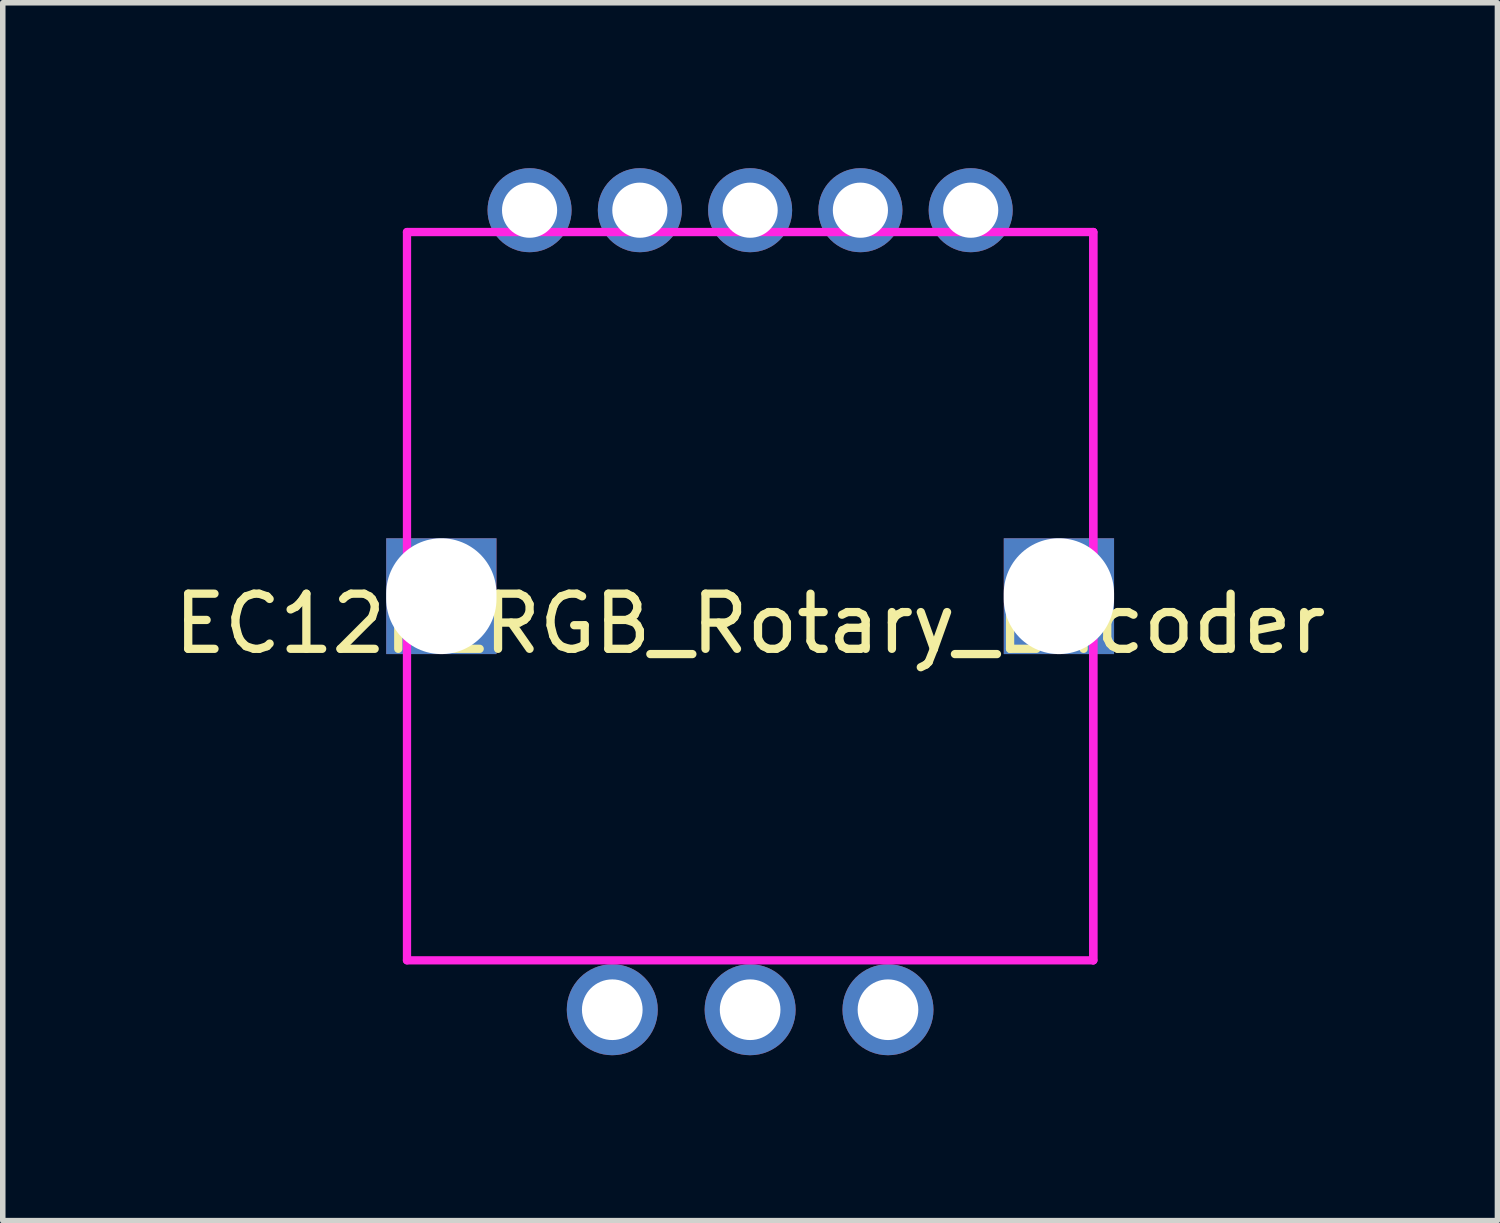
<source format=kicad_pcb>
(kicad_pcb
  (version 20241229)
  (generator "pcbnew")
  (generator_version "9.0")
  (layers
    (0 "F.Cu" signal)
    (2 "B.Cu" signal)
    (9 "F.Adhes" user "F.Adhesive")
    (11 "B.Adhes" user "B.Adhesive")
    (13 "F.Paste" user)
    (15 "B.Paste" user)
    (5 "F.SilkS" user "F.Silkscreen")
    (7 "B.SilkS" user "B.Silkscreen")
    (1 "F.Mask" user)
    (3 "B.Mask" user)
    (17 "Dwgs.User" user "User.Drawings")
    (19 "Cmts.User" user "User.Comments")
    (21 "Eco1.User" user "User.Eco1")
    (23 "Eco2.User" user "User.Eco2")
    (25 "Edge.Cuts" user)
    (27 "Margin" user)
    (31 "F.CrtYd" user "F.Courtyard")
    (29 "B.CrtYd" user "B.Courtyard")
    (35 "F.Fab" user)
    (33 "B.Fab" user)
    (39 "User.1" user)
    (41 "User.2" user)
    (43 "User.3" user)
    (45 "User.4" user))
  (footprint "EC12PLRGB_Rotary_Encoder"
    (layer "F.Cu")
    (at 10.554 7.762)
    (property "Reference" "EC12PLRGB_Rotary_Encoder" (at 0 0.5 0) (layer "F.SilkS") (effects (font (size 1 1) (thickness 0.15))))
    (attr through_hole)
    (fp_line (start -6.223 -6.604) (end -6.223 6.604) (stroke (width 0.15) (type solid)) (layer "F.CrtYd"))
    (fp_line (start -6.223 6.604) (end 6.223 6.604) (stroke (width 0.15) (type solid)) (layer "F.CrtYd"))
    (fp_line (start 6.223 -6.604) (end -6.223 -6.604) (stroke (width 0.15) (type solid)) (layer "F.CrtYd"))
    (fp_line (start 6.223 -6.604) (end 6.223 6.604) (stroke (width 0.15) (type solid)) (layer "F.CrtYd"))
    (fp_line (start 6.223 6.604) (end 6.223 -6.604) (stroke (width 0.15) (type solid)) (layer "F.CrtYd"))
    (pad "" np_thru_hole rect (at -5.6 0) (size 2 2.1) (drill oval 2 2.1) (layers "*.Cu" "*.Mask"))
    (pad "" np_thru_hole rect (at 5.6 0) (size 2 2.1) (drill oval 2 2.1) (layers "*.Cu" "*.Mask"))
    (pad "1" thru_hole circle (at -4 -7) (size 1.524 1.524) (drill 1) (layers "*.Cu" "*.Mask"))
    (pad "2" thru_hole circle (at -2 -7) (size 1.524 1.524) (drill 1) (layers "*.Cu" "*.Mask"))
    (pad "3" thru_hole circle (at 0 -7) (size 1.524 1.524) (drill 1) (layers "*.Cu" "*.Mask"))
    (pad "4" thru_hole circle (at 2 -7) (size 1.524 1.524) (drill 1) (layers "*.Cu" "*.Mask"))
    (pad "5" thru_hole circle (at 4 -7) (size 1.524 1.524) (drill 1) (layers "*.Cu" "*.Mask"))
    (pad "A" thru_hole circle (at -2.5 7.5) (size 1.65 1.65) (drill 1.1) (layers "*.Cu" "*.Mask"))
    (pad "B" thru_hole circle (at 2.5 7.5) (size 1.65 1.65) (drill 1.1) (layers "*.Cu" "*.Mask"))
    (pad "C" thru_hole circle (at 0 7.5) (size 1.65 1.65) (drill 1.1) (layers "*.Cu" "*.Mask")))
  (gr_rect
    (start -3 -3)
    (end 24.107 19.087)
    (stroke (width 0.1) (type default))
    (fill no)
    (layer "Edge.Cuts")))
</source>
